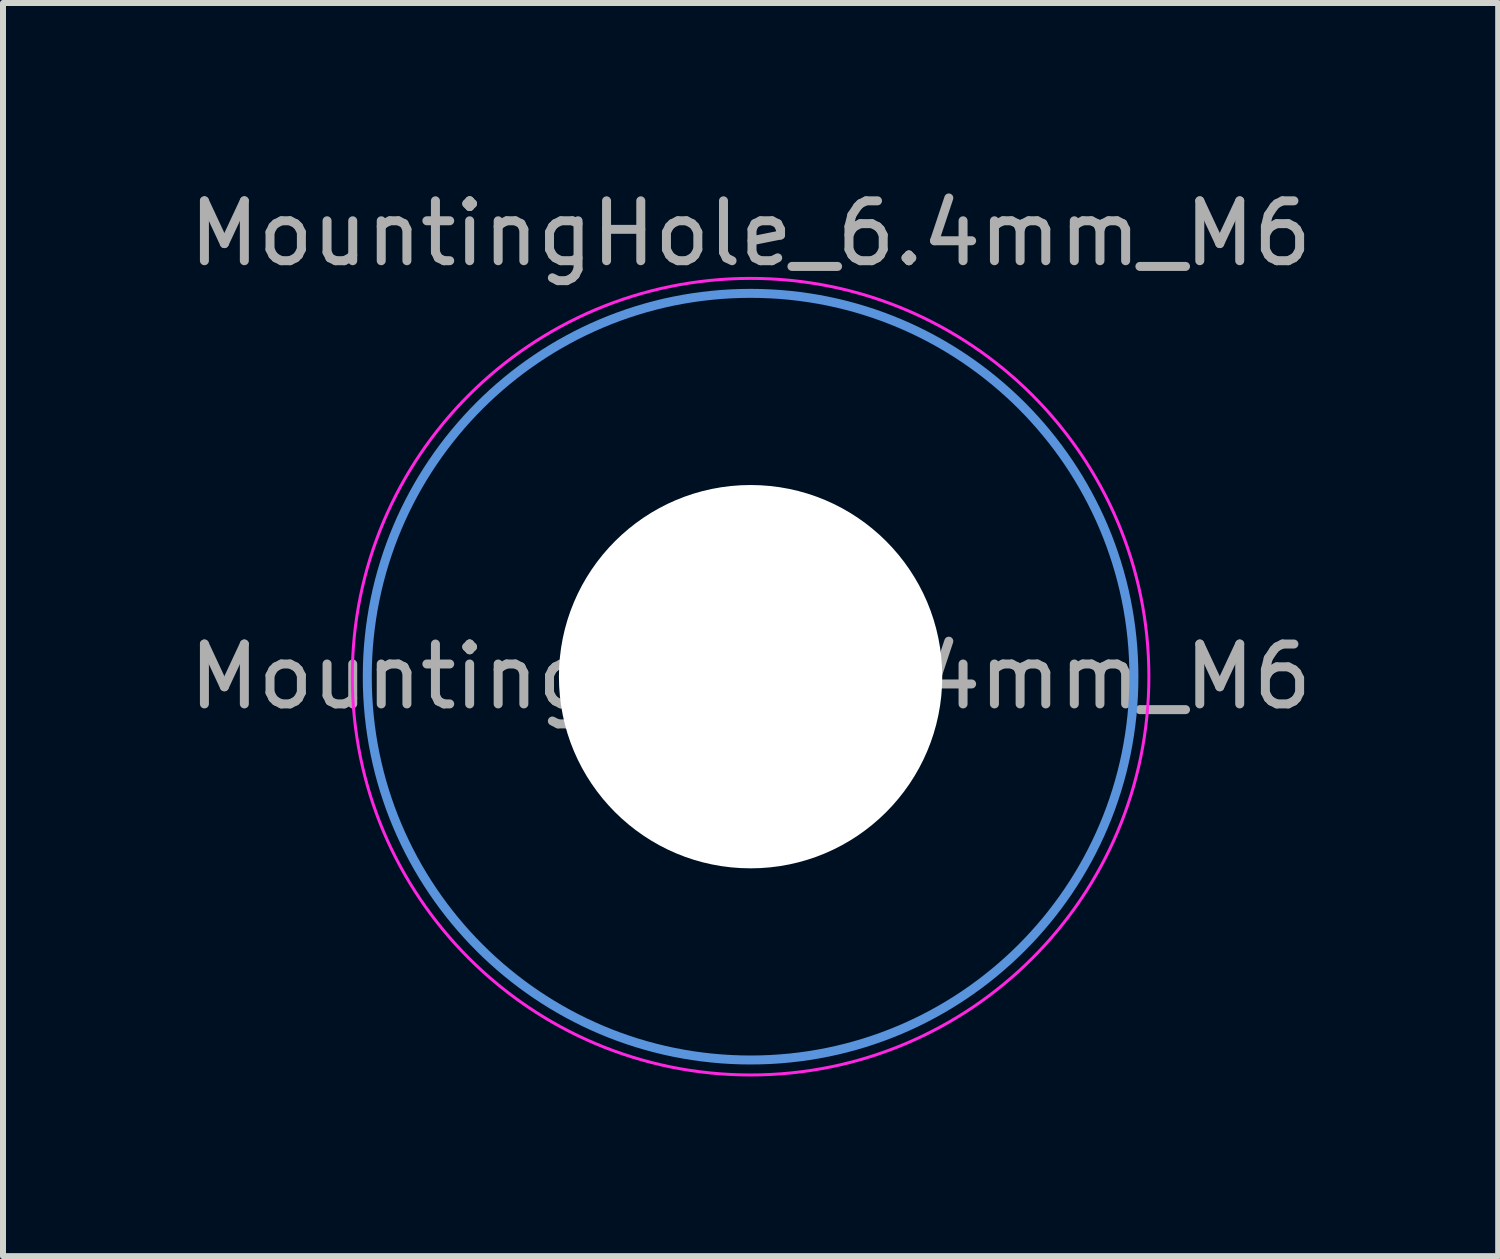
<source format=kicad_pcb>
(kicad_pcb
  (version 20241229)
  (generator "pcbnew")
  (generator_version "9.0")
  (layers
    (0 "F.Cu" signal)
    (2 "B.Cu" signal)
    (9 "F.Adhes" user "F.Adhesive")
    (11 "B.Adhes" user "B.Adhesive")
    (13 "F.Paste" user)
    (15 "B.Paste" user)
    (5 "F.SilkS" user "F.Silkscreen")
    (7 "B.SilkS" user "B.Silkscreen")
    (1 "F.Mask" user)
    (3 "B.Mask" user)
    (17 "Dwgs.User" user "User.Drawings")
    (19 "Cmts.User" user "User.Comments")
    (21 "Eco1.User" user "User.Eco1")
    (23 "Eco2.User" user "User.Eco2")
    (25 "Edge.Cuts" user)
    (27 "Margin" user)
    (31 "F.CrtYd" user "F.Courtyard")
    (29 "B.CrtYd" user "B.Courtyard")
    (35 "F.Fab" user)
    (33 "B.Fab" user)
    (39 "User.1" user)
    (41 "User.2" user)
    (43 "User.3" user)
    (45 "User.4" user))
  (footprint "MountingHole_6.4mm_M6"
    (layer "F.Cu")
    (at 9.482 8.248)
    (property "Reference" "MountingHole_6.4mm_M6" (at 0 -7.4 0) (layer "F.Fab") (effects (font (size 1 1) (thickness 0.15))))
    (attr exclude_from_pos_files)
    (fp_circle (center 0 0) (end 6.4 0) (stroke (width 0.15) (type solid)) (fill no) (layer "Cmts.User"))
    (fp_circle (center 0 0) (end 6.65 0) (stroke (width 0.05) (type solid)) (fill no) (layer "F.CrtYd"))
    (fp_text user "${REFERENCE}" (at 0 0 0) (layer "F.Fab") (effects (font (size 1 1) (thickness 0.15))))
    (pad "" np_thru_hole circle (at 0 0) (size 6.4 6.4) (drill 6.4) (layers "*.Cu" "*.Mask")))
  (gr_rect
    (start -3 -3)
    (end 21.964 17.923)
    (stroke (width 0.1) (type default))
    (fill no)
    (layer "Edge.Cuts")))
</source>
